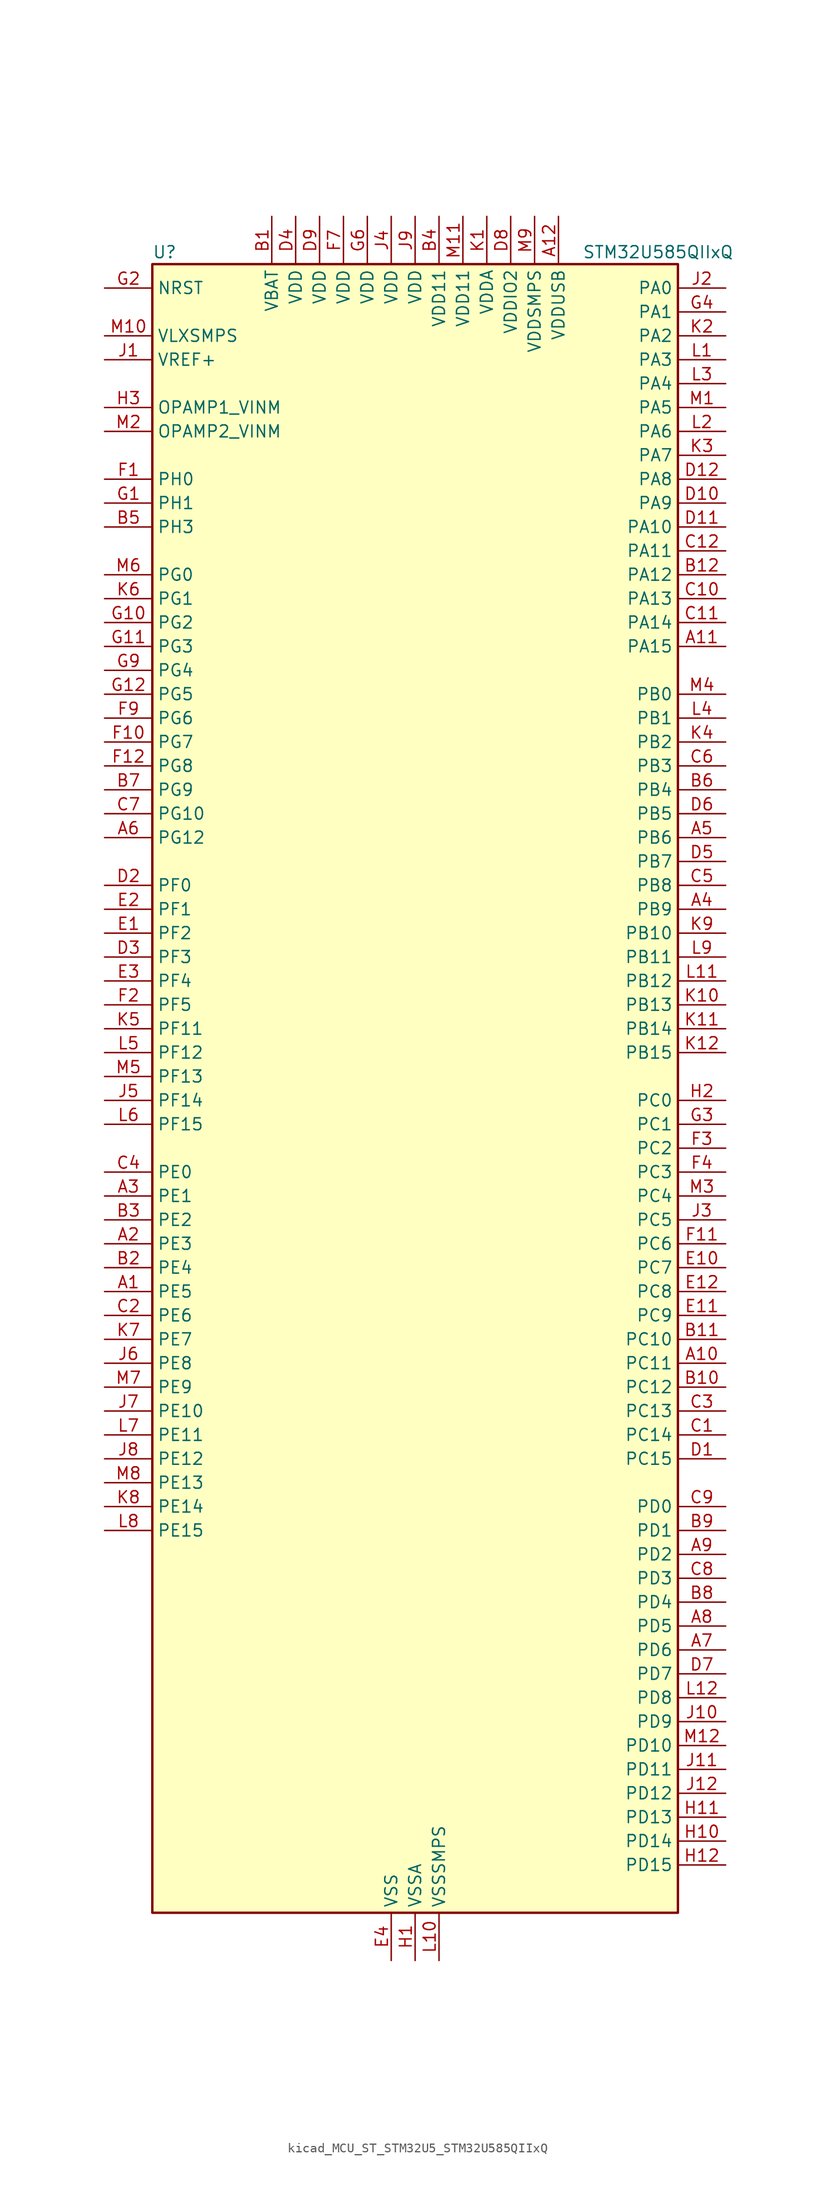
<source format=kicad_sym>
(kicad_symbol_lib
  (version 20220914)
  (generator kicad_symbol_editor)
  (symbol "kicad_MCU_ST_STM32U5_STM32U585QIIxQ"
    (property "Reference" "U"
      (at -27.94 90.17 0)
      (effects (font (size 1.27 1.27)) (justify left)))
    (property "Value" "STM32U585QIIxQ"
      (at 17.78 90.17 0)
      (effects (font (size 1.27 1.27)) (justify left)))
    (property "ki_locked" ""
      (at 0 0 0)
      (effects (font (size 1.27 1.27))))
    (symbol "kicad_MCU_ST_STM32U5_STM32U585QIIxQ_0_1"
      (rectangle (start -27.94 -86.36) (end 27.94 88.9) (stroke (width 0.254) (type default)) (fill (type background))))
    (symbol "kicad_MCU_ST_STM32U5_STM32U585QIIxQ_1_1"
      (pin bidirectional line (at -33.02 -20.32 0) (length 5.08) (name "PE5" (effects (font (size 1.27 1.27)))) (number "A1" (effects (font (size 1.27 1.27)))) (alternate "DCMI_D6" bidirectional line) (alternate "DEBUG_TRACED2" bidirectional line) (alternate "FMC_A21" bidirectional line) (alternate "MDF1_CKI3" bidirectional line) (alternate "PSSI_D6" bidirectional line) (alternate "PWR_WKUP2" bidirectional line) (alternate "SAI1_CK2" bidirectional line) (alternate "SAI1_SCK_A" bidirectional line) (alternate "TAMP_IN8" bidirectional line) (alternate "TAMP_OUT7" bidirectional line) (alternate "TIM3_CH3" bidirectional line) (alternate "TSC_G7_IO4" bidirectional line))
      (pin bidirectional line (at 33.02 -27.94 180) (length 5.08) (name "PC11" (effects (font (size 1.27 1.27)))) (number "A10" (effects (font (size 1.27 1.27)))) (alternate "ADC1_EXTI11" bidirectional line) (alternate "ADF1_SDI0" bidirectional line) (alternate "DCMI_D2" bidirectional line) (alternate "DCMI_D4" bidirectional line) (alternate "LPTIM3_IN1" bidirectional line) (alternate "OCTOSPIM_P1_NCS" bidirectional line) (alternate "PSSI_D2" bidirectional line) (alternate "PSSI_D4" bidirectional line) (alternate "SAI2_MCLK_B" bidirectional line) (alternate "SDMMC1_D3" bidirectional line) (alternate "SPI3_MISO" bidirectional line) (alternate "TSC_G3_IO3" bidirectional line) (alternate "UART4_RX" bidirectional line) (alternate "UCPD1_FRSTX2" bidirectional line) (alternate "USART3_RX" bidirectional line))
      (pin bidirectional line (at 33.02 48.26 180) (length 5.08) (name "PA15" (effects (font (size 1.27 1.27)))) (number "A11" (effects (font (size 1.27 1.27)))) (alternate "ADC1_EXTI15" bidirectional line) (alternate "ADC4_EXTI15" bidirectional line) (alternate "DEBUG_JTDI" bidirectional line) (alternate "SAI2_FS_B" bidirectional line) (alternate "SPI1_NSS" bidirectional line) (alternate "SPI3_NSS" bidirectional line) (alternate "TIM2_CH1" bidirectional line) (alternate "TIM2_ETR" bidirectional line) (alternate "UART4_DE" bidirectional line) (alternate "UART4_RTS" bidirectional line) (alternate "UCPD1_CC1" bidirectional line) (alternate "USART2_RX" bidirectional line) (alternate "USART3_DE" bidirectional line) (alternate "USART3_RTS" bidirectional line))
      (pin power_in line (at 15.24 93.98 270) (length 5.08) (name "VDDUSB" (effects (font (size 1.27 1.27)))) (number "A12" (effects (font (size 1.27 1.27)))))
      (pin bidirectional line (at -33.02 -15.24 0) (length 5.08) (name "PE3" (effects (font (size 1.27 1.27)))) (number "A2" (effects (font (size 1.27 1.27)))) (alternate "DEBUG_TRACED0" bidirectional line) (alternate "FMC_A19" bidirectional line) (alternate "OCTOSPIM_P1_DQS" bidirectional line) (alternate "SAI1_SD_B" bidirectional line) (alternate "TAMP_IN6" bidirectional line) (alternate "TAMP_OUT3" bidirectional line) (alternate "TIM3_CH1" bidirectional line) (alternate "TSC_G7_IO2" bidirectional line))
      (pin bidirectional line (at -33.02 -10.16 0) (length 5.08) (name "PE1" (effects (font (size 1.27 1.27)))) (number "A3" (effects (font (size 1.27 1.27)))) (alternate "DCMI_D3" bidirectional line) (alternate "FMC_NBL1" bidirectional line) (alternate "PSSI_D3" bidirectional line) (alternate "TIM17_CH1" bidirectional line))
      (pin bidirectional line (at 33.02 20.32 180) (length 5.08) (name "PB9" (effects (font (size 1.27 1.27)))) (number "A4" (effects (font (size 1.27 1.27)))) (alternate "DAC1_EXTI9" bidirectional line) (alternate "DCMI_D7" bidirectional line) (alternate "FDCAN1_TX" bidirectional line) (alternate "I2C1_SDA" bidirectional line) (alternate "IR_OUT" bidirectional line) (alternate "PSSI_D7" bidirectional line) (alternate "SAI1_D2" bidirectional line) (alternate "SAI1_FS_A" bidirectional line) (alternate "SDMMC1_CDIR" bidirectional line) (alternate "SDMMC1_D5" bidirectional line) (alternate "SDMMC2_D5" bidirectional line) (alternate "SPI2_NSS" bidirectional line) (alternate "TIM17_CH1" bidirectional line) (alternate "TIM4_CH4" bidirectional line))
      (pin bidirectional line (at 33.02 27.94 180) (length 5.08) (name "PB6" (effects (font (size 1.27 1.27)))) (number "A5" (effects (font (size 1.27 1.27)))) (alternate "COMP2_INP" bidirectional line) (alternate "DCMI_D5" bidirectional line) (alternate "I2C1_SCL" bidirectional line) (alternate "I2C4_SCL" bidirectional line) (alternate "LPTIM1_ETR" bidirectional line) (alternate "MDF1_SDI5" bidirectional line) (alternate "PSSI_D5" bidirectional line) (alternate "PWR_WKUP3" bidirectional line) (alternate "SAI1_FS_B" bidirectional line) (alternate "TIM16_CH1N" bidirectional line) (alternate "TIM4_CH1" bidirectional line) (alternate "TIM8_BKIN2" bidirectional line) (alternate "TSC_G2_IO3" bidirectional line) (alternate "USART1_TX" bidirectional line))
      (pin bidirectional line (at -33.02 27.94 0) (length 5.08) (name "PG12" (effects (font (size 1.27 1.27)))) (number "A6" (effects (font (size 1.27 1.27)))) (alternate "FMC_NE4" bidirectional line) (alternate "LPTIM1_ETR" bidirectional line) (alternate "OCTOSPIM_P2_NCS" bidirectional line) (alternate "SAI2_SD_A" bidirectional line) (alternate "SPI3_NSS" bidirectional line) (alternate "USART1_DE" bidirectional line) (alternate "USART1_RTS" bidirectional line))
      (pin bidirectional line (at 33.02 -58.42 180) (length 5.08) (name "PD6" (effects (font (size 1.27 1.27)))) (number "A7" (effects (font (size 1.27 1.27)))) (alternate "DCMI_D10" bidirectional line) (alternate "FMC_NWAIT" bidirectional line) (alternate "MDF1_SDI1" bidirectional line) (alternate "OCTOSPIM_P1_IO6" bidirectional line) (alternate "PSSI_D10" bidirectional line) (alternate "SAI1_D1" bidirectional line) (alternate "SAI1_SD_A" bidirectional line) (alternate "SDMMC2_CK" bidirectional line) (alternate "SPI3_MOSI" bidirectional line) (alternate "USART2_RX" bidirectional line))
      (pin bidirectional line (at 33.02 -55.88 180) (length 5.08) (name "PD5" (effects (font (size 1.27 1.27)))) (number "A8" (effects (font (size 1.27 1.27)))) (alternate "FMC_NWE" bidirectional line) (alternate "OCTOSPIM_P1_IO5" bidirectional line) (alternate "SPI2_RDY" bidirectional line) (alternate "USART2_TX" bidirectional line))
      (pin bidirectional line (at 33.02 -48.26 180) (length 5.08) (name "PD2" (effects (font (size 1.27 1.27)))) (number "A9" (effects (font (size 1.27 1.27)))) (alternate "DCMI_D11" bidirectional line) (alternate "DEBUG_TRACED2" bidirectional line) (alternate "LPTIM4_ETR" bidirectional line) (alternate "PSSI_D11" bidirectional line) (alternate "SDMMC1_CMD" bidirectional line) (alternate "TIM3_ETR" bidirectional line) (alternate "TSC_SYNC" bidirectional line) (alternate "UART5_RX" bidirectional line) (alternate "USART3_DE" bidirectional line) (alternate "USART3_RTS" bidirectional line))
      (pin power_in line (at -15.24 93.98 270) (length 5.08) (name "VBAT" (effects (font (size 1.27 1.27)))) (number "B1" (effects (font (size 1.27 1.27)))))
      (pin bidirectional line (at 33.02 -30.48 180) (length 5.08) (name "PC12" (effects (font (size 1.27 1.27)))) (number "B10" (effects (font (size 1.27 1.27)))) (alternate "DCMI_D9" bidirectional line) (alternate "DEBUG_TRACED3" bidirectional line) (alternate "PSSI_D9" bidirectional line) (alternate "SAI2_SD_B" bidirectional line) (alternate "SDMMC1_CK" bidirectional line) (alternate "SPI3_MOSI" bidirectional line) (alternate "TSC_G3_IO4" bidirectional line) (alternate "UART5_TX" bidirectional line) (alternate "USART3_CK" bidirectional line))
      (pin bidirectional line (at 33.02 -25.4 180) (length 5.08) (name "PC10" (effects (font (size 1.27 1.27)))) (number "B11" (effects (font (size 1.27 1.27)))) (alternate "ADF1_CCK1" bidirectional line) (alternate "DCMI_D8" bidirectional line) (alternate "DEBUG_TRACED1" bidirectional line) (alternate "LPTIM3_ETR" bidirectional line) (alternate "PSSI_D8" bidirectional line) (alternate "SAI2_SCK_B" bidirectional line) (alternate "SDMMC1_D2" bidirectional line) (alternate "SPI3_SCK" bidirectional line) (alternate "TSC_G3_IO2" bidirectional line) (alternate "UART4_TX" bidirectional line) (alternate "USART3_TX" bidirectional line))
      (pin bidirectional line (at 33.02 55.88 180) (length 5.08) (name "PA12" (effects (font (size 1.27 1.27)))) (number "B12" (effects (font (size 1.27 1.27)))) (alternate "FDCAN1_TX" bidirectional line) (alternate "OCTOSPIM_P2_NCS" bidirectional line) (alternate "SPI1_MOSI" bidirectional line) (alternate "TIM1_ETR" bidirectional line) (alternate "USART1_DE" bidirectional line) (alternate "USART1_RTS" bidirectional line) (alternate "USB_OTG_FS_DP" bidirectional line))
      (pin bidirectional line (at -33.02 -17.78 0) (length 5.08) (name "PE4" (effects (font (size 1.27 1.27)))) (number "B2" (effects (font (size 1.27 1.27)))) (alternate "DCMI_D4" bidirectional line) (alternate "DEBUG_TRACED1" bidirectional line) (alternate "FMC_A20" bidirectional line) (alternate "MDF1_SDI3" bidirectional line) (alternate "PSSI_D4" bidirectional line) (alternate "PWR_WKUP1" bidirectional line) (alternate "SAI1_D2" bidirectional line) (alternate "SAI1_FS_A" bidirectional line) (alternate "TAMP_IN7" bidirectional line) (alternate "TAMP_OUT8" bidirectional line) (alternate "TIM3_CH2" bidirectional line) (alternate "TSC_G7_IO3" bidirectional line))
      (pin bidirectional line (at -33.02 -12.7 0) (length 5.08) (name "PE2" (effects (font (size 1.27 1.27)))) (number "B3" (effects (font (size 1.27 1.27)))) (alternate "DEBUG_TRACECLK" bidirectional line) (alternate "FMC_A23" bidirectional line) (alternate "SAI1_CK1" bidirectional line) (alternate "SAI1_MCLK_A" bidirectional line) (alternate "TIM3_ETR" bidirectional line) (alternate "TSC_G7_IO1" bidirectional line))
      (pin power_in line (at 2.54 93.98 270) (length 5.08) (name "VDD11" (effects (font (size 1.27 1.27)))) (number "B4" (effects (font (size 1.27 1.27)))))
      (pin bidirectional line (at -33.02 60.96 0) (length 5.08) (name "PH3" (effects (font (size 1.27 1.27)))) (number "B5" (effects (font (size 1.27 1.27)))))
      (pin bidirectional line (at 33.02 33.02 180) (length 5.08) (name "PB4" (effects (font (size 1.27 1.27)))) (number "B6" (effects (font (size 1.27 1.27)))) (alternate "ADF1_SDI0" bidirectional line) (alternate "COMP2_INP" bidirectional line) (alternate "DCMI_D12" bidirectional line) (alternate "DEBUG_JTRST" bidirectional line) (alternate "I2C3_SDA" bidirectional line) (alternate "LPTIM1_CH2" bidirectional line) (alternate "PSSI_D12" bidirectional line) (alternate "SAI1_MCLK_B" bidirectional line) (alternate "SDMMC2_D3" bidirectional line) (alternate "SPI1_MISO" bidirectional line) (alternate "SPI3_MISO" bidirectional line) (alternate "TIM17_BKIN" bidirectional line) (alternate "TIM3_CH1" bidirectional line) (alternate "TSC_G2_IO1" bidirectional line) (alternate "UART5_DE" bidirectional line) (alternate "UART5_RTS" bidirectional line) (alternate "USART1_CTS" bidirectional line))
      (pin bidirectional line (at -33.02 33.02 0) (length 5.08) (name "PG9" (effects (font (size 1.27 1.27)))) (number "B7" (effects (font (size 1.27 1.27)))) (alternate "DAC1_EXTI9" bidirectional line) (alternate "FMC_NCE" bidirectional line) (alternate "FMC_NE2" bidirectional line) (alternate "OCTOSPIM_P2_IO6" bidirectional line) (alternate "SAI2_SCK_A" bidirectional line) (alternate "SPI3_SCK" bidirectional line) (alternate "TIM15_CH1N" bidirectional line) (alternate "USART1_TX" bidirectional line))
      (pin bidirectional line (at 33.02 -53.34 180) (length 5.08) (name "PD4" (effects (font (size 1.27 1.27)))) (number "B8" (effects (font (size 1.27 1.27)))) (alternate "FMC_NOE" bidirectional line) (alternate "MDF1_CKI0" bidirectional line) (alternate "OCTOSPIM_P1_IO4" bidirectional line) (alternate "SPI2_MOSI" bidirectional line) (alternate "USART2_DE" bidirectional line) (alternate "USART2_RTS" bidirectional line))
      (pin bidirectional line (at 33.02 -45.72 180) (length 5.08) (name "PD1" (effects (font (size 1.27 1.27)))) (number "B9" (effects (font (size 1.27 1.27)))) (alternate "FDCAN1_TX" bidirectional line) (alternate "FMC_D3" bidirectional line) (alternate "FMC_DA3" bidirectional line) (alternate "SPI2_SCK" bidirectional line))
      (pin bidirectional line (at 33.02 -35.56 180) (length 5.08) (name "PC14" (effects (font (size 1.27 1.27)))) (number "C1" (effects (font (size 1.27 1.27)))) (alternate "RCC_OSC32_IN" bidirectional line))
      (pin bidirectional line (at 33.02 53.34 180) (length 5.08) (name "PA13" (effects (font (size 1.27 1.27)))) (number "C10" (effects (font (size 1.27 1.27)))) (alternate "DEBUG_JTMS-SWDIO" bidirectional line) (alternate "IR_OUT" bidirectional line) (alternate "SAI1_SD_B" bidirectional line) (alternate "USB_OTG_FS_NOE" bidirectional line))
      (pin bidirectional line (at 33.02 50.8 180) (length 5.08) (name "PA14" (effects (font (size 1.27 1.27)))) (number "C11" (effects (font (size 1.27 1.27)))) (alternate "DEBUG_JTCK-SWCLK" bidirectional line) (alternate "I2C1_SMBA" bidirectional line) (alternate "I2C4_SMBA" bidirectional line) (alternate "LPTIM1_CH1" bidirectional line) (alternate "SAI1_FS_B" bidirectional line) (alternate "USB_OTG_FS_SOF" bidirectional line))
      (pin bidirectional line (at 33.02 58.42 180) (length 5.08) (name "PA11" (effects (font (size 1.27 1.27)))) (number "C12" (effects (font (size 1.27 1.27)))) (alternate "ADC1_EXTI11" bidirectional line) (alternate "FDCAN1_RX" bidirectional line) (alternate "SPI1_MISO" bidirectional line) (alternate "TIM1_BKIN2" bidirectional line) (alternate "TIM1_CH4" bidirectional line) (alternate "USART1_CTS" bidirectional line) (alternate "USB_OTG_FS_DM" bidirectional line))
      (pin bidirectional line (at -33.02 -22.86 0) (length 5.08) (name "PE6" (effects (font (size 1.27 1.27)))) (number "C2" (effects (font (size 1.27 1.27)))) (alternate "DCMI_D7" bidirectional line) (alternate "DEBUG_TRACED3" bidirectional line) (alternate "FMC_A22" bidirectional line) (alternate "PSSI_D7" bidirectional line) (alternate "PWR_WKUP3" bidirectional line) (alternate "SAI1_D1" bidirectional line) (alternate "SAI1_SD_A" bidirectional line) (alternate "TAMP_IN3" bidirectional line) (alternate "TAMP_OUT6" bidirectional line) (alternate "TIM3_CH4" bidirectional line))
      (pin bidirectional line (at 33.02 -33.02 180) (length 5.08) (name "PC13" (effects (font (size 1.27 1.27)))) (number "C3" (effects (font (size 1.27 1.27)))) (alternate "PWR_WKUP2" bidirectional line) (alternate "RTC_OUT1" bidirectional line) (alternate "RTC_TS" bidirectional line) (alternate "TAMP_IN1" bidirectional line) (alternate "TAMP_OUT2" bidirectional line))
      (pin bidirectional line (at -33.02 -7.62 0) (length 5.08) (name "PE0" (effects (font (size 1.27 1.27)))) (number "C4" (effects (font (size 1.27 1.27)))) (alternate "DCMI_D2" bidirectional line) (alternate "FMC_NBL0" bidirectional line) (alternate "PSSI_D2" bidirectional line) (alternate "TIM16_CH1" bidirectional line) (alternate "TIM4_ETR" bidirectional line))
      (pin bidirectional line (at 33.02 22.86 180) (length 5.08) (name "PB8" (effects (font (size 1.27 1.27)))) (number "C5" (effects (font (size 1.27 1.27)))) (alternate "DCMI_D6" bidirectional line) (alternate "FDCAN1_RX" bidirectional line) (alternate "I2C1_SCL" bidirectional line) (alternate "MDF1_CCK0" bidirectional line) (alternate "PSSI_D6" bidirectional line) (alternate "PWR_WKUP5" bidirectional line) (alternate "SAI1_CK1" bidirectional line) (alternate "SAI1_MCLK_A" bidirectional line) (alternate "SDMMC1_CKIN" bidirectional line) (alternate "SDMMC1_D4" bidirectional line) (alternate "SDMMC2_D4" bidirectional line) (alternate "SPI3_RDY" bidirectional line) (alternate "TIM16_CH1" bidirectional line) (alternate "TIM4_CH3" bidirectional line))
      (pin bidirectional line (at 33.02 35.56 180) (length 5.08) (name "PB3" (effects (font (size 1.27 1.27)))) (number "C6" (effects (font (size 1.27 1.27)))) (alternate "ADF1_CCK0" bidirectional line) (alternate "COMP2_INM" bidirectional line) (alternate "CRS_SYNC" bidirectional line) (alternate "DEBUG_JTDO-SWO" bidirectional line) (alternate "I2C1_SDA" bidirectional line) (alternate "LPTIM1_CH1" bidirectional line) (alternate "SAI1_SCK_B" bidirectional line) (alternate "SDMMC2_D2" bidirectional line) (alternate "SPI1_SCK" bidirectional line) (alternate "SPI3_SCK" bidirectional line) (alternate "TIM2_CH2" bidirectional line) (alternate "USART1_DE" bidirectional line) (alternate "USART1_RTS" bidirectional line))
      (pin bidirectional line (at -33.02 30.48 0) (length 5.08) (name "PG10" (effects (font (size 1.27 1.27)))) (number "C7" (effects (font (size 1.27 1.27)))) (alternate "FMC_NE3" bidirectional line) (alternate "LPTIM1_IN1" bidirectional line) (alternate "OCTOSPIM_P2_IO7" bidirectional line) (alternate "SAI2_FS_A" bidirectional line) (alternate "SPI3_MISO" bidirectional line) (alternate "TIM15_CH1" bidirectional line) (alternate "USART1_RX" bidirectional line))
      (pin bidirectional line (at 33.02 -50.8 180) (length 5.08) (name "PD3" (effects (font (size 1.27 1.27)))) (number "C8" (effects (font (size 1.27 1.27)))) (alternate "DCMI_D5" bidirectional line) (alternate "FMC_CLK" bidirectional line) (alternate "MDF1_SDI0" bidirectional line) (alternate "OCTOSPIM_P2_NCS" bidirectional line) (alternate "PSSI_D5" bidirectional line) (alternate "SPI2_MISO" bidirectional line) (alternate "SPI2_SCK" bidirectional line) (alternate "USART2_CTS" bidirectional line))
      (pin bidirectional line (at 33.02 -43.18 180) (length 5.08) (name "PD0" (effects (font (size 1.27 1.27)))) (number "C9" (effects (font (size 1.27 1.27)))) (alternate "FDCAN1_RX" bidirectional line) (alternate "FMC_D2" bidirectional line) (alternate "FMC_DA2" bidirectional line) (alternate "SPI2_NSS" bidirectional line) (alternate "TIM8_CH4N" bidirectional line))
      (pin bidirectional line (at 33.02 -38.1 180) (length 5.08) (name "PC15" (effects (font (size 1.27 1.27)))) (number "D1" (effects (font (size 1.27 1.27)))) (alternate "ADC1_EXTI15" bidirectional line) (alternate "ADC4_EXTI15" bidirectional line) (alternate "RCC_OSC32_OUT" bidirectional line))
      (pin bidirectional line (at 33.02 63.5 180) (length 5.08) (name "PA9" (effects (font (size 1.27 1.27)))) (number "D10" (effects (font (size 1.27 1.27)))) (alternate "DAC1_EXTI9" bidirectional line) (alternate "DCMI_D0" bidirectional line) (alternate "PSSI_D0" bidirectional line) (alternate "SAI1_FS_A" bidirectional line) (alternate "SPI2_SCK" bidirectional line) (alternate "TIM15_BKIN" bidirectional line) (alternate "TIM1_CH2" bidirectional line) (alternate "USART1_TX" bidirectional line) (alternate "USB_OTG_FS_VBUS" bidirectional line))
      (pin bidirectional line (at 33.02 60.96 180) (length 5.08) (name "PA10" (effects (font (size 1.27 1.27)))) (number "D11" (effects (font (size 1.27 1.27)))) (alternate "CRS_SYNC" bidirectional line) (alternate "DCMI_D1" bidirectional line) (alternate "LPTIM2_IN2" bidirectional line) (alternate "PSSI_D1" bidirectional line) (alternate "SAI1_D1" bidirectional line) (alternate "SAI1_SD_A" bidirectional line) (alternate "TIM17_BKIN" bidirectional line) (alternate "TIM1_CH3" bidirectional line) (alternate "USART1_RX" bidirectional line) (alternate "USB_OTG_FS_ID" bidirectional line))
      (pin bidirectional line (at 33.02 66.04 180) (length 5.08) (name "PA8" (effects (font (size 1.27 1.27)))) (number "D12" (effects (font (size 1.27 1.27)))) (alternate "DEBUG_TRACECLK" bidirectional line) (alternate "LPTIM2_CH1" bidirectional line) (alternate "RCC_MCO" bidirectional line) (alternate "SAI1_CK2" bidirectional line) (alternate "SAI1_SCK_A" bidirectional line) (alternate "SPI1_RDY" bidirectional line) (alternate "TIM1_CH1" bidirectional line) (alternate "USART1_CK" bidirectional line) (alternate "USB_OTG_FS_SOF" bidirectional line))
      (pin bidirectional line (at -33.02 22.86 0) (length 5.08) (name "PF0" (effects (font (size 1.27 1.27)))) (number "D2" (effects (font (size 1.27 1.27)))) (alternate "FMC_A0" bidirectional line) (alternate "I2C2_SDA" bidirectional line) (alternate "OCTOSPIM_P2_IO0" bidirectional line))
      (pin bidirectional line (at -33.02 15.24 0) (length 5.08) (name "PF3" (effects (font (size 1.27 1.27)))) (number "D3" (effects (font (size 1.27 1.27)))) (alternate "FMC_A3" bidirectional line) (alternate "LPTIM3_IN1" bidirectional line) (alternate "OCTOSPIM_P2_IO3" bidirectional line))
      (pin power_in line (at -12.7 93.98 270) (length 5.08) (name "VDD" (effects (font (size 1.27 1.27)))) (number "D4" (effects (font (size 1.27 1.27)))))
      (pin bidirectional line (at 33.02 25.4 180) (length 5.08) (name "PB7" (effects (font (size 1.27 1.27)))) (number "D5" (effects (font (size 1.27 1.27)))) (alternate "COMP2_INM" bidirectional line) (alternate "DCMI_VSYNC" bidirectional line) (alternate "FMC_NL" bidirectional line) (alternate "I2C1_SDA" bidirectional line) (alternate "I2C4_SDA" bidirectional line) (alternate "LPTIM1_IN2" bidirectional line) (alternate "MDF1_CKI5" bidirectional line) (alternate "PSSI_RDY" bidirectional line) (alternate "PWR_PVD_IN" bidirectional line) (alternate "PWR_WKUP4" bidirectional line) (alternate "TIM17_CH1N" bidirectional line) (alternate "TIM4_CH2" bidirectional line) (alternate "TIM8_BKIN" bidirectional line) (alternate "TSC_G2_IO4" bidirectional line) (alternate "UART4_CTS" bidirectional line) (alternate "USART1_RX" bidirectional line))
      (pin bidirectional line (at 33.02 30.48 180) (length 5.08) (name "PB5" (effects (font (size 1.27 1.27)))) (number "D6" (effects (font (size 1.27 1.27)))) (alternate "COMP2_OUT" bidirectional line) (alternate "DCMI_D10" bidirectional line) (alternate "I2C1_SMBA" bidirectional line) (alternate "LPTIM1_IN1" bidirectional line) (alternate "OCTOSPIM_P1_NCLK" bidirectional line) (alternate "PSSI_D10" bidirectional line) (alternate "PWR_WKUP6" bidirectional line) (alternate "SAI1_SD_B" bidirectional line) (alternate "SPI1_MOSI" bidirectional line) (alternate "SPI3_MOSI" bidirectional line) (alternate "TIM16_BKIN" bidirectional line) (alternate "TIM3_CH2" bidirectional line) (alternate "TSC_G2_IO2" bidirectional line) (alternate "UART5_CTS" bidirectional line) (alternate "UCPD1_DBCC1" bidirectional line) (alternate "USART1_CK" bidirectional line))
      (pin bidirectional line (at 33.02 -60.96 180) (length 5.08) (name "PD7" (effects (font (size 1.27 1.27)))) (number "D7" (effects (font (size 1.27 1.27)))) (alternate "FMC_NCE" bidirectional line) (alternate "FMC_NE1" bidirectional line) (alternate "LPTIM4_OUT" bidirectional line) (alternate "MDF1_CKI1" bidirectional line) (alternate "OCTOSPIM_P1_IO7" bidirectional line) (alternate "SDMMC2_CMD" bidirectional line) (alternate "USART2_CK" bidirectional line))
      (pin power_in line (at 10.16 93.98 270) (length 5.08) (name "VDDIO2" (effects (font (size 1.27 1.27)))) (number "D8" (effects (font (size 1.27 1.27)))))
      (pin power_in line (at -10.16 93.98 270) (length 5.08) (name "VDD" (effects (font (size 1.27 1.27)))) (number "D9" (effects (font (size 1.27 1.27)))))
      (pin bidirectional line (at -33.02 17.78 0) (length 5.08) (name "PF2" (effects (font (size 1.27 1.27)))) (number "E1" (effects (font (size 1.27 1.27)))) (alternate "FMC_A2" bidirectional line) (alternate "I2C2_SMBA" bidirectional line) (alternate "LPTIM3_CH2" bidirectional line) (alternate "OCTOSPIM_P2_IO2" bidirectional line) (alternate "PWR_WKUP8" bidirectional line))
      (pin bidirectional line (at 33.02 -17.78 180) (length 5.08) (name "PC7" (effects (font (size 1.27 1.27)))) (number "E10" (effects (font (size 1.27 1.27)))) (alternate "DCMI_D1" bidirectional line) (alternate "LPTIM2_CH2" bidirectional line) (alternate "MDF1_SDI3" bidirectional line) (alternate "PSSI_D1" bidirectional line) (alternate "PWR_CDSTOP" bidirectional line) (alternate "SAI2_MCLK_B" bidirectional line) (alternate "SDMMC1_D123DIR" bidirectional line) (alternate "SDMMC1_D7" bidirectional line) (alternate "SDMMC2_D7" bidirectional line) (alternate "TIM3_CH2" bidirectional line) (alternate "TIM8_CH2" bidirectional line) (alternate "TSC_G4_IO2" bidirectional line))
      (pin bidirectional line (at 33.02 -22.86 180) (length 5.08) (name "PC9" (effects (font (size 1.27 1.27)))) (number "E11" (effects (font (size 1.27 1.27)))) (alternate "DAC1_EXTI9" bidirectional line) (alternate "DCMI_D3" bidirectional line) (alternate "DEBUG_TRACED0" bidirectional line) (alternate "LPTIM3_CH2" bidirectional line) (alternate "PSSI_D3" bidirectional line) (alternate "SDMMC1_D1" bidirectional line) (alternate "TIM3_CH4" bidirectional line) (alternate "TIM8_BKIN2" bidirectional line) (alternate "TIM8_CH4" bidirectional line) (alternate "TSC_G4_IO4" bidirectional line) (alternate "USB_OTG_FS_NOE" bidirectional line))
      (pin bidirectional line (at 33.02 -20.32 180) (length 5.08) (name "PC8" (effects (font (size 1.27 1.27)))) (number "E12" (effects (font (size 1.27 1.27)))) (alternate "DCMI_D2" bidirectional line) (alternate "LPTIM3_CH1" bidirectional line) (alternate "PSSI_D2" bidirectional line) (alternate "PWR_SRDSTOP" bidirectional line) (alternate "SDMMC1_D0" bidirectional line) (alternate "TIM3_CH3" bidirectional line) (alternate "TIM8_CH3" bidirectional line) (alternate "TSC_G4_IO3" bidirectional line))
      (pin bidirectional line (at -33.02 20.32 0) (length 5.08) (name "PF1" (effects (font (size 1.27 1.27)))) (number "E2" (effects (font (size 1.27 1.27)))) (alternate "FMC_A1" bidirectional line) (alternate "I2C2_SCL" bidirectional line) (alternate "OCTOSPIM_P2_IO1" bidirectional line))
      (pin bidirectional line (at -33.02 12.7 0) (length 5.08) (name "PF4" (effects (font (size 1.27 1.27)))) (number "E3" (effects (font (size 1.27 1.27)))) (alternate "FMC_A4" bidirectional line) (alternate "LPTIM3_ETR" bidirectional line) (alternate "OCTOSPIM_P2_CLK" bidirectional line))
      (pin power_in line (at -2.54 -91.44 90) (length 5.08) (name "VSS" (effects (font (size 1.27 1.27)))) (number "E4" (effects (font (size 1.27 1.27)))))
      (pin passive line (at -2.54 -91.44 90) (length 5.08) hide (name "VSS" (effects (font (size 1.27 1.27)))) (number "E9" (effects (font (size 1.27 1.27)))))
      (pin bidirectional line (at -33.02 66.04 0) (length 5.08) (name "PH0" (effects (font (size 1.27 1.27)))) (number "F1" (effects (font (size 1.27 1.27)))) (alternate "RCC_OSC_IN" bidirectional line))
      (pin bidirectional line (at -33.02 38.1 0) (length 5.08) (name "PG7" (effects (font (size 1.27 1.27)))) (number "F10" (effects (font (size 1.27 1.27)))) (alternate "FMC_INT" bidirectional line) (alternate "I2C3_SCL" bidirectional line) (alternate "LPUART1_TX" bidirectional line) (alternate "MDF1_CCK0" bidirectional line) (alternate "OCTOSPIM_P2_DQS" bidirectional line) (alternate "SAI1_CK1" bidirectional line) (alternate "SAI1_MCLK_A" bidirectional line) (alternate "UCPD1_FRSTX2" bidirectional line))
      (pin bidirectional line (at 33.02 -15.24 180) (length 5.08) (name "PC6" (effects (font (size 1.27 1.27)))) (number "F11" (effects (font (size 1.27 1.27)))) (alternate "DCMI_D0" bidirectional line) (alternate "MDF1_CKI3" bidirectional line) (alternate "PSSI_D0" bidirectional line) (alternate "PWR_CSLEEP" bidirectional line) (alternate "SAI2_MCLK_A" bidirectional line) (alternate "SDMMC1_D0DIR" bidirectional line) (alternate "SDMMC1_D6" bidirectional line) (alternate "SDMMC2_D6" bidirectional line) (alternate "TIM3_CH1" bidirectional line) (alternate "TIM8_CH1" bidirectional line) (alternate "TSC_G4_IO1" bidirectional line))
      (pin bidirectional line (at -33.02 35.56 0) (length 5.08) (name "PG8" (effects (font (size 1.27 1.27)))) (number "F12" (effects (font (size 1.27 1.27)))) (alternate "I2C3_SDA" bidirectional line) (alternate "LPUART1_RX" bidirectional line))
      (pin bidirectional line (at -33.02 10.16 0) (length 5.08) (name "PF5" (effects (font (size 1.27 1.27)))) (number "F2" (effects (font (size 1.27 1.27)))) (alternate "FMC_A5" bidirectional line) (alternate "LPTIM3_CH1" bidirectional line) (alternate "OCTOSPIM_P2_NCLK" bidirectional line))
      (pin bidirectional line (at 33.02 -5.08 180) (length 5.08) (name "PC2" (effects (font (size 1.27 1.27)))) (number "F3" (effects (font (size 1.27 1.27)))) (alternate "ADC1_IN3" bidirectional line) (alternate "ADC4_IN3" bidirectional line) (alternate "LPTIM1_IN2" bidirectional line) (alternate "MDF1_CCK1" bidirectional line) (alternate "OCTOSPIM_P1_IO5" bidirectional line) (alternate "SPI2_MISO" bidirectional line))
      (pin bidirectional line (at 33.02 -7.62 180) (length 5.08) (name "PC3" (effects (font (size 1.27 1.27)))) (number "F4" (effects (font (size 1.27 1.27)))) (alternate "ADC1_IN4" bidirectional line) (alternate "ADC4_IN4" bidirectional line) (alternate "LPTIM1_ETR" bidirectional line) (alternate "LPTIM2_ETR" bidirectional line) (alternate "LPTIM3_CH1" bidirectional line) (alternate "OCTOSPIM_P1_IO6" bidirectional line) (alternate "SAI1_D1" bidirectional line) (alternate "SAI1_SD_A" bidirectional line) (alternate "SPI2_MOSI" bidirectional line))
      (pin passive line (at -2.54 -91.44 90) (length 5.08) hide (name "VSS" (effects (font (size 1.27 1.27)))) (number "F6" (effects (font (size 1.27 1.27)))))
      (pin power_in line (at -7.62 93.98 270) (length 5.08) (name "VDD" (effects (font (size 1.27 1.27)))) (number "F7" (effects (font (size 1.27 1.27)))))
      (pin bidirectional line (at -33.02 40.64 0) (length 5.08) (name "PG6" (effects (font (size 1.27 1.27)))) (number "F9" (effects (font (size 1.27 1.27)))) (alternate "I2C3_SMBA" bidirectional line) (alternate "LPUART1_DE" bidirectional line) (alternate "LPUART1_RTS" bidirectional line) (alternate "OCTOSPIM_P1_DQS" bidirectional line) (alternate "SPI1_RDY" bidirectional line) (alternate "UCPD1_FRSTX1" bidirectional line))
      (pin bidirectional line (at -33.02 63.5 0) (length 5.08) (name "PH1" (effects (font (size 1.27 1.27)))) (number "G1" (effects (font (size 1.27 1.27)))) (alternate "RCC_OSC_OUT" bidirectional line))
      (pin bidirectional line (at -33.02 50.8 0) (length 5.08) (name "PG2" (effects (font (size 1.27 1.27)))) (number "G10" (effects (font (size 1.27 1.27)))) (alternate "FMC_A12" bidirectional line) (alternate "SAI2_SCK_B" bidirectional line) (alternate "SPI1_SCK" bidirectional line))
      (pin bidirectional line (at -33.02 48.26 0) (length 5.08) (name "PG3" (effects (font (size 1.27 1.27)))) (number "G11" (effects (font (size 1.27 1.27)))) (alternate "FMC_A13" bidirectional line) (alternate "SAI2_FS_B" bidirectional line) (alternate "SPI1_MISO" bidirectional line))
      (pin bidirectional line (at -33.02 43.18 0) (length 5.08) (name "PG5" (effects (font (size 1.27 1.27)))) (number "G12" (effects (font (size 1.27 1.27)))) (alternate "FMC_A15" bidirectional line) (alternate "LPUART1_CTS" bidirectional line) (alternate "SAI2_SD_B" bidirectional line) (alternate "SPI1_NSS" bidirectional line))
      (pin input line (at -33.02 86.36 0) (length 5.08) (name "NRST" (effects (font (size 1.27 1.27)))) (number "G2" (effects (font (size 1.27 1.27)))))
      (pin bidirectional line (at 33.02 -2.54 180) (length 5.08) (name "PC1" (effects (font (size 1.27 1.27)))) (number "G3" (effects (font (size 1.27 1.27)))) (alternate "ADC1_IN2" bidirectional line) (alternate "ADC4_IN2" bidirectional line) (alternate "DEBUG_TRACED0" bidirectional line) (alternate "I2C3_SDA" bidirectional line) (alternate "LPTIM1_CH1" bidirectional line) (alternate "LPUART1_TX" bidirectional line) (alternate "MDF1_CKI4" bidirectional line) (alternate "OCTOSPIM_P1_IO4" bidirectional line) (alternate "SAI1_SD_A" bidirectional line) (alternate "SDMMC2_CK" bidirectional line) (alternate "SPI2_MOSI" bidirectional line))
      (pin bidirectional line (at 33.02 83.82 180) (length 5.08) (name "PA1" (effects (font (size 1.27 1.27)))) (number "G4" (effects (font (size 1.27 1.27)))) (alternate "ADC1_IN6" bidirectional line) (alternate "I2C1_SMBA" bidirectional line) (alternate "LPTIM1_CH2" bidirectional line) (alternate "OCTOSPIM_P1_DQS" bidirectional line) (alternate "OPAMP1_VINM" bidirectional line) (alternate "PWR_WKUP3" bidirectional line) (alternate "SPI1_SCK" bidirectional line) (alternate "TAMP_IN5" bidirectional line) (alternate "TAMP_OUT4" bidirectional line) (alternate "TIM15_CH1N" bidirectional line) (alternate "TIM2_CH2" bidirectional line) (alternate "TIM5_CH2" bidirectional line) (alternate "UART4_RX" bidirectional line) (alternate "USART2_DE" bidirectional line) (alternate "USART2_RTS" bidirectional line))
      (pin power_in line (at -5.08 93.98 270) (length 5.08) (name "VDD" (effects (font (size 1.27 1.27)))) (number "G6" (effects (font (size 1.27 1.27)))))
      (pin passive line (at -2.54 -91.44 90) (length 5.08) hide (name "VSS" (effects (font (size 1.27 1.27)))) (number "G7" (effects (font (size 1.27 1.27)))))
      (pin bidirectional line (at -33.02 45.72 0) (length 5.08) (name "PG4" (effects (font (size 1.27 1.27)))) (number "G9" (effects (font (size 1.27 1.27)))) (alternate "FMC_A14" bidirectional line) (alternate "SAI2_MCLK_B" bidirectional line) (alternate "SPI1_MOSI" bidirectional line))
      (pin power_in line (at 0 -91.44 90) (length 5.08) (name "VSSA" (effects (font (size 1.27 1.27)))) (number "H1" (effects (font (size 1.27 1.27)))))
      (pin bidirectional line (at 33.02 -78.74 180) (length 5.08) (name "PD14" (effects (font (size 1.27 1.27)))) (number "H10" (effects (font (size 1.27 1.27)))) (alternate "FMC_D0" bidirectional line) (alternate "FMC_DA0" bidirectional line) (alternate "LPTIM3_CH1" bidirectional line) (alternate "TIM4_CH3" bidirectional line))
      (pin bidirectional line (at 33.02 -76.2 180) (length 5.08) (name "PD13" (effects (font (size 1.27 1.27)))) (number "H11" (effects (font (size 1.27 1.27)))) (alternate "ADC4_IN17" bidirectional line) (alternate "FMC_A18" bidirectional line) (alternate "I2C4_SDA" bidirectional line) (alternate "LPTIM2_CH1" bidirectional line) (alternate "LPTIM4_IN1" bidirectional line) (alternate "TIM4_CH2" bidirectional line) (alternate "TSC_G6_IO4" bidirectional line))
      (pin bidirectional line (at 33.02 -81.28 180) (length 5.08) (name "PD15" (effects (font (size 1.27 1.27)))) (number "H12" (effects (font (size 1.27 1.27)))) (alternate "ADC1_EXTI15" bidirectional line) (alternate "ADC4_EXTI15" bidirectional line) (alternate "FMC_D1" bidirectional line) (alternate "FMC_DA1" bidirectional line) (alternate "LPTIM3_CH2" bidirectional line) (alternate "TIM4_CH4" bidirectional line))
      (pin bidirectional line (at 33.02 0 180) (length 5.08) (name "PC0" (effects (font (size 1.27 1.27)))) (number "H2" (effects (font (size 1.27 1.27)))) (alternate "ADC1_IN1" bidirectional line) (alternate "ADC4_IN1" bidirectional line) (alternate "I2C3_SCL" bidirectional line) (alternate "LPTIM1_IN1" bidirectional line) (alternate "LPTIM2_IN1" bidirectional line) (alternate "LPUART1_RX" bidirectional line) (alternate "MDF1_SDI4" bidirectional line) (alternate "OCTOSPIM_P1_IO7" bidirectional line) (alternate "SAI2_FS_A" bidirectional line) (alternate "SDMMC1_D5" bidirectional line) (alternate "SPI2_RDY" bidirectional line))
      (pin bidirectional line (at -33.02 73.66 0) (length 5.08) (name "OPAMP1_VINM" (effects (font (size 1.27 1.27)))) (number "H3" (effects (font (size 1.27 1.27)))) (alternate "OPAMP1_VINM" bidirectional line))
      (pin passive line (at -2.54 -91.44 90) (length 5.08) hide (name "VSS" (effects (font (size 1.27 1.27)))) (number "H4" (effects (font (size 1.27 1.27)))))
      (pin passive line (at -2.54 -91.44 90) (length 5.08) hide (name "VSS" (effects (font (size 1.27 1.27)))) (number "H9" (effects (font (size 1.27 1.27)))))
      (pin input line (at -33.02 78.74 0) (length 5.08) (name "VREF+" (effects (font (size 1.27 1.27)))) (number "J1" (effects (font (size 1.27 1.27)))) (alternate "VREFBUF_OUT" bidirectional line))
      (pin bidirectional line (at 33.02 -66.04 180) (length 5.08) (name "PD9" (effects (font (size 1.27 1.27)))) (number "J10" (effects (font (size 1.27 1.27)))) (alternate "DAC1_EXTI9" bidirectional line) (alternate "DCMI_PIXCLK" bidirectional line) (alternate "FMC_D14" bidirectional line) (alternate "FMC_DA14" bidirectional line) (alternate "LPTIM2_IN2" bidirectional line) (alternate "LPTIM3_IN1" bidirectional line) (alternate "PSSI_PDCK" bidirectional line) (alternate "SAI2_MCLK_A" bidirectional line) (alternate "USART3_RX" bidirectional line))
      (pin bidirectional line (at 33.02 -71.12 180) (length 5.08) (name "PD11" (effects (font (size 1.27 1.27)))) (number "J11" (effects (font (size 1.27 1.27)))) (alternate "ADC1_EXTI11" bidirectional line) (alternate "ADC4_IN15" bidirectional line) (alternate "FMC_A16" bidirectional line) (alternate "FMC_CLE" bidirectional line) (alternate "I2C4_SMBA" bidirectional line) (alternate "LPTIM2_ETR" bidirectional line) (alternate "SAI2_SD_A" bidirectional line) (alternate "TSC_G6_IO2" bidirectional line) (alternate "USART3_CTS" bidirectional line))
      (pin bidirectional line (at 33.02 -73.66 180) (length 5.08) (name "PD12" (effects (font (size 1.27 1.27)))) (number "J12" (effects (font (size 1.27 1.27)))) (alternate "ADC4_IN16" bidirectional line) (alternate "FMC_A17" bidirectional line) (alternate "FMC_ALE" bidirectional line) (alternate "I2C4_SCL" bidirectional line) (alternate "LPTIM2_IN1" bidirectional line) (alternate "SAI2_FS_A" bidirectional line) (alternate "TIM4_CH1" bidirectional line) (alternate "TSC_G6_IO3" bidirectional line) (alternate "USART3_DE" bidirectional line) (alternate "USART3_RTS" bidirectional line))
      (pin bidirectional line (at 33.02 86.36 180) (length 5.08) (name "PA0" (effects (font (size 1.27 1.27)))) (number "J2" (effects (font (size 1.27 1.27)))) (alternate "ADC1_IN5" bidirectional line) (alternate "AUDIOCLK" bidirectional line) (alternate "OCTOSPIM_P2_NCS" bidirectional line) (alternate "OPAMP1_VINP" bidirectional line) (alternate "PWR_WKUP1" bidirectional line) (alternate "SDMMC2_CMD" bidirectional line) (alternate "SPI3_RDY" bidirectional line) (alternate "TAMP_IN2" bidirectional line) (alternate "TAMP_OUT1" bidirectional line) (alternate "TIM2_CH1" bidirectional line) (alternate "TIM2_ETR" bidirectional line) (alternate "TIM5_CH1" bidirectional line) (alternate "TIM8_ETR" bidirectional line) (alternate "UART4_TX" bidirectional line) (alternate "USART2_CTS" bidirectional line))
      (pin bidirectional line (at 33.02 -12.7 180) (length 5.08) (name "PC5" (effects (font (size 1.27 1.27)))) (number "J3" (effects (font (size 1.27 1.27)))) (alternate "ADC1_IN14" bidirectional line) (alternate "ADC4_IN23" bidirectional line) (alternate "COMP1_INP" bidirectional line) (alternate "PSSI_D15" bidirectional line) (alternate "PWR_WKUP5" bidirectional line) (alternate "SAI1_D3" bidirectional line) (alternate "TAMP_IN4" bidirectional line) (alternate "TAMP_OUT5" bidirectional line) (alternate "TIM1_CH4N" bidirectional line) (alternate "USART3_RX" bidirectional line))
      (pin power_in line (at -2.54 93.98 270) (length 5.08) (name "VDD" (effects (font (size 1.27 1.27)))) (number "J4" (effects (font (size 1.27 1.27)))))
      (pin bidirectional line (at -33.02 0 0) (length 5.08) (name "PF14" (effects (font (size 1.27 1.27)))) (number "J5" (effects (font (size 1.27 1.27)))) (alternate "ADC4_IN5" bidirectional line) (alternate "FMC_A8" bidirectional line) (alternate "I2C4_SCL" bidirectional line) (alternate "TSC_G8_IO1" bidirectional line))
      (pin bidirectional line (at -33.02 -27.94 0) (length 5.08) (name "PE8" (effects (font (size 1.27 1.27)))) (number "J6" (effects (font (size 1.27 1.27)))) (alternate "FMC_D5" bidirectional line) (alternate "FMC_DA5" bidirectional line) (alternate "MDF1_CKI2" bidirectional line) (alternate "PWR_WKUP7" bidirectional line) (alternate "SAI1_SCK_B" bidirectional line) (alternate "TIM1_CH1N" bidirectional line))
      (pin bidirectional line (at -33.02 -33.02 0) (length 5.08) (name "PE10" (effects (font (size 1.27 1.27)))) (number "J7" (effects (font (size 1.27 1.27)))) (alternate "ADF1_SDI0" bidirectional line) (alternate "FMC_D7" bidirectional line) (alternate "FMC_DA7" bidirectional line) (alternate "MDF1_SDI4" bidirectional line) (alternate "OCTOSPIM_P1_CLK" bidirectional line) (alternate "SAI1_MCLK_B" bidirectional line) (alternate "TIM1_CH2N" bidirectional line) (alternate "TSC_G5_IO1" bidirectional line))
      (pin bidirectional line (at -33.02 -38.1 0) (length 5.08) (name "PE12" (effects (font (size 1.27 1.27)))) (number "J8" (effects (font (size 1.27 1.27)))) (alternate "FMC_D9" bidirectional line) (alternate "FMC_DA9" bidirectional line) (alternate "MDF1_SDI5" bidirectional line) (alternate "OCTOSPIM_P1_IO0" bidirectional line) (alternate "SPI1_NSS" bidirectional line) (alternate "TIM1_CH3N" bidirectional line) (alternate "TSC_G5_IO3" bidirectional line))
      (pin power_in line (at 0 93.98 270) (length 5.08) (name "VDD" (effects (font (size 1.27 1.27)))) (number "J9" (effects (font (size 1.27 1.27)))))
      (pin power_in line (at 7.62 93.98 270) (length 5.08) (name "VDDA" (effects (font (size 1.27 1.27)))) (number "K1" (effects (font (size 1.27 1.27)))))
      (pin bidirectional line (at 33.02 10.16 180) (length 5.08) (name "PB13" (effects (font (size 1.27 1.27)))) (number "K10" (effects (font (size 1.27 1.27)))) (alternate "I2C2_SCL" bidirectional line) (alternate "LPTIM3_IN1" bidirectional line) (alternate "LPUART1_CTS" bidirectional line) (alternate "MDF1_CKI1" bidirectional line) (alternate "SAI2_SCK_A" bidirectional line) (alternate "SPI2_SCK" bidirectional line) (alternate "TIM15_CH1N" bidirectional line) (alternate "TIM1_CH1N" bidirectional line) (alternate "TSC_G1_IO2" bidirectional line) (alternate "USART3_CTS" bidirectional line))
      (pin bidirectional line (at 33.02 7.62 180) (length 5.08) (name "PB14" (effects (font (size 1.27 1.27)))) (number "K11" (effects (font (size 1.27 1.27)))) (alternate "I2C2_SDA" bidirectional line) (alternate "LPTIM3_ETR" bidirectional line) (alternate "MDF1_SDI2" bidirectional line) (alternate "SAI2_MCLK_A" bidirectional line) (alternate "SDMMC2_D0" bidirectional line) (alternate "SPI2_MISO" bidirectional line) (alternate "TIM15_CH1" bidirectional line) (alternate "TIM1_CH2N" bidirectional line) (alternate "TIM8_CH2N" bidirectional line) (alternate "TSC_G1_IO3" bidirectional line) (alternate "UCPD1_DBCC2" bidirectional line) (alternate "USART3_DE" bidirectional line) (alternate "USART3_RTS" bidirectional line))
      (pin bidirectional line (at 33.02 5.08 180) (length 5.08) (name "PB15" (effects (font (size 1.27 1.27)))) (number "K12" (effects (font (size 1.27 1.27)))) (alternate "ADC1_EXTI15" bidirectional line) (alternate "ADC4_EXTI15" bidirectional line) (alternate "FMC_NBL1" bidirectional line) (alternate "LPTIM2_IN2" bidirectional line) (alternate "MDF1_CKI2" bidirectional line) (alternate "PWR_WKUP7" bidirectional line) (alternate "RTC_REFIN" bidirectional line) (alternate "SAI2_SD_A" bidirectional line) (alternate "SDMMC2_D1" bidirectional line) (alternate "SPI2_MOSI" bidirectional line) (alternate "TIM15_CH2" bidirectional line) (alternate "TIM1_CH3N" bidirectional line) (alternate "TIM8_CH3N" bidirectional line) (alternate "UCPD1_CC2" bidirectional line))
      (pin bidirectional line (at 33.02 81.28 180) (length 5.08) (name "PA2" (effects (font (size 1.27 1.27)))) (number "K2" (effects (font (size 1.27 1.27)))) (alternate "ADC1_IN7" bidirectional line) (alternate "COMP1_INP" bidirectional line) (alternate "LPUART1_TX" bidirectional line) (alternate "OCTOSPIM_P1_NCS" bidirectional line) (alternate "PWR_WKUP4" bidirectional line) (alternate "RCC_LSCO" bidirectional line) (alternate "SPI1_RDY" bidirectional line) (alternate "TIM15_CH1" bidirectional line) (alternate "TIM2_CH3" bidirectional line) (alternate "TIM5_CH3" bidirectional line) (alternate "UCPD1_FRSTX1" bidirectional line) (alternate "USART2_TX" bidirectional line))
      (pin bidirectional line (at 33.02 68.58 180) (length 5.08) (name "PA7" (effects (font (size 1.27 1.27)))) (number "K3" (effects (font (size 1.27 1.27)))) (alternate "ADC1_IN12" bidirectional line) (alternate "ADC4_IN20" bidirectional line) (alternate "I2C3_SCL" bidirectional line) (alternate "LPTIM2_CH2" bidirectional line) (alternate "OCTOSPIM_P1_IO2" bidirectional line) (alternate "OPAMP2_VINM" bidirectional line) (alternate "PWR_SRDSTOP" bidirectional line) (alternate "PWR_WKUP8" bidirectional line) (alternate "SPI1_MOSI" bidirectional line) (alternate "TIM17_CH1" bidirectional line) (alternate "TIM1_CH1N" bidirectional line) (alternate "TIM3_CH2" bidirectional line) (alternate "TIM8_CH1N" bidirectional line) (alternate "USART3_TX" bidirectional line))
      (pin bidirectional line (at 33.02 38.1 180) (length 5.08) (name "PB2" (effects (font (size 1.27 1.27)))) (number "K4" (effects (font (size 1.27 1.27)))) (alternate "ADC1_IN17" bidirectional line) (alternate "COMP1_INP" bidirectional line) (alternate "I2C3_SMBA" bidirectional line) (alternate "LPTIM1_CH1" bidirectional line) (alternate "MDF1_CKI0" bidirectional line) (alternate "OCTOSPIM_P1_DQS" bidirectional line) (alternate "PWR_WKUP1" bidirectional line) (alternate "RTC_OUT2" bidirectional line) (alternate "SPI1_RDY" bidirectional line) (alternate "TIM8_CH4N" bidirectional line) (alternate "UCPD1_FRSTX1" bidirectional line))
      (pin bidirectional line (at -33.02 7.62 0) (length 5.08) (name "PF11" (effects (font (size 1.27 1.27)))) (number "K5" (effects (font (size 1.27 1.27)))) (alternate "ADC1_EXTI11" bidirectional line) (alternate "DCMI_D12" bidirectional line) (alternate "LPTIM4_IN1" bidirectional line) (alternate "OCTOSPIM_P1_NCLK" bidirectional line) (alternate "PSSI_D12" bidirectional line))
      (pin bidirectional line (at -33.02 53.34 0) (length 5.08) (name "PG1" (effects (font (size 1.27 1.27)))) (number "K6" (effects (font (size 1.27 1.27)))) (alternate "ADC4_IN8" bidirectional line) (alternate "FMC_A11" bidirectional line) (alternate "OCTOSPIM_P2_IO5" bidirectional line) (alternate "TSC_G8_IO4" bidirectional line))
      (pin bidirectional line (at -33.02 -25.4 0) (length 5.08) (name "PE7" (effects (font (size 1.27 1.27)))) (number "K7" (effects (font (size 1.27 1.27)))) (alternate "FMC_D4" bidirectional line) (alternate "FMC_DA4" bidirectional line) (alternate "MDF1_SDI2" bidirectional line) (alternate "PWR_WKUP6" bidirectional line) (alternate "SAI1_SD_B" bidirectional line) (alternate "TIM1_ETR" bidirectional line))
      (pin bidirectional line (at -33.02 -43.18 0) (length 5.08) (name "PE14" (effects (font (size 1.27 1.27)))) (number "K8" (effects (font (size 1.27 1.27)))) (alternate "FMC_D11" bidirectional line) (alternate "FMC_DA11" bidirectional line) (alternate "OCTOSPIM_P1_IO2" bidirectional line) (alternate "SPI1_MISO" bidirectional line) (alternate "TIM1_BKIN2" bidirectional line) (alternate "TIM1_CH4" bidirectional line))
      (pin bidirectional line (at 33.02 17.78 180) (length 5.08) (name "PB10" (effects (font (size 1.27 1.27)))) (number "K9" (effects (font (size 1.27 1.27)))) (alternate "COMP1_OUT" bidirectional line) (alternate "I2C2_SCL" bidirectional line) (alternate "I2C4_SCL" bidirectional line) (alternate "LPTIM3_CH1" bidirectional line) (alternate "LPUART1_RX" bidirectional line) (alternate "OCTOSPIM_P1_CLK" bidirectional line) (alternate "PWR_WKUP8" bidirectional line) (alternate "SAI1_SCK_A" bidirectional line) (alternate "SPI2_SCK" bidirectional line) (alternate "TIM2_CH3" bidirectional line) (alternate "TSC_SYNC" bidirectional line) (alternate "USART3_TX" bidirectional line))
      (pin bidirectional line (at 33.02 78.74 180) (length 5.08) (name "PA3" (effects (font (size 1.27 1.27)))) (number "L1" (effects (font (size 1.27 1.27)))) (alternate "ADC1_IN8" bidirectional line) (alternate "LPUART1_RX" bidirectional line) (alternate "OCTOSPIM_P1_CLK" bidirectional line) (alternate "OPAMP1_VOUT" bidirectional line) (alternate "PWR_WKUP5" bidirectional line) (alternate "SAI1_CK1" bidirectional line) (alternate "SAI1_MCLK_A" bidirectional line) (alternate "TIM15_CH2" bidirectional line) (alternate "TIM2_CH4" bidirectional line) (alternate "TIM5_CH4" bidirectional line) (alternate "USART2_RX" bidirectional line))
      (pin power_in line (at 2.54 -91.44 90) (length 5.08) (name "VSSSMPS" (effects (font (size 1.27 1.27)))) (number "L10" (effects (font (size 1.27 1.27)))))
      (pin bidirectional line (at 33.02 12.7 180) (length 5.08) (name "PB12" (effects (font (size 1.27 1.27)))) (number "L11" (effects (font (size 1.27 1.27)))) (alternate "I2C2_SMBA" bidirectional line) (alternate "LPUART1_DE" bidirectional line) (alternate "LPUART1_RTS" bidirectional line) (alternate "MDF1_SDI1" bidirectional line) (alternate "OCTOSPIM_P1_NCLK" bidirectional line) (alternate "SAI2_FS_A" bidirectional line) (alternate "SPI2_NSS" bidirectional line) (alternate "TIM15_BKIN" bidirectional line) (alternate "TIM1_BKIN" bidirectional line) (alternate "TSC_G1_IO1" bidirectional line) (alternate "USART3_CK" bidirectional line))
      (pin bidirectional line (at 33.02 -63.5 180) (length 5.08) (name "PD8" (effects (font (size 1.27 1.27)))) (number "L12" (effects (font (size 1.27 1.27)))) (alternate "DCMI_HSYNC" bidirectional line) (alternate "FMC_D13" bidirectional line) (alternate "FMC_DA13" bidirectional line) (alternate "PSSI_DE" bidirectional line) (alternate "USART3_TX" bidirectional line))
      (pin bidirectional line (at 33.02 71.12 180) (length 5.08) (name "PA6" (effects (font (size 1.27 1.27)))) (number "L2" (effects (font (size 1.27 1.27)))) (alternate "ADC1_IN11" bidirectional line) (alternate "ADC4_IN11" bidirectional line) (alternate "DCMI_PIXCLK" bidirectional line) (alternate "LPUART1_CTS" bidirectional line) (alternate "OCTOSPIM_P1_IO3" bidirectional line) (alternate "OPAMP2_VINP" bidirectional line) (alternate "PSSI_PDCK" bidirectional line) (alternate "PWR_CDSTOP" bidirectional line) (alternate "PWR_WKUP7" bidirectional line) (alternate "SPI1_MISO" bidirectional line) (alternate "TIM16_CH1" bidirectional line) (alternate "TIM1_BKIN" bidirectional line) (alternate "TIM3_CH1" bidirectional line) (alternate "TIM8_BKIN" bidirectional line) (alternate "USART3_CTS" bidirectional line))
      (pin bidirectional line (at 33.02 76.2 180) (length 5.08) (name "PA4" (effects (font (size 1.27 1.27)))) (number "L3" (effects (font (size 1.27 1.27)))) (alternate "ADC1_IN9" bidirectional line) (alternate "ADC4_IN9" bidirectional line) (alternate "DAC1_OUT1" bidirectional line) (alternate "DCMI_HSYNC" bidirectional line) (alternate "LPTIM2_CH1" bidirectional line) (alternate "OCTOSPIM_P1_NCS" bidirectional line) (alternate "PSSI_DE" bidirectional line) (alternate "PWR_WKUP2" bidirectional line) (alternate "SAI1_FS_B" bidirectional line) (alternate "SPI1_NSS" bidirectional line) (alternate "SPI3_NSS" bidirectional line) (alternate "USART2_CK" bidirectional line))
      (pin bidirectional line (at 33.02 40.64 180) (length 5.08) (name "PB1" (effects (font (size 1.27 1.27)))) (number "L4" (effects (font (size 1.27 1.27)))) (alternate "ADC1_IN16" bidirectional line) (alternate "ADC4_IN19" bidirectional line) (alternate "COMP1_INM" bidirectional line) (alternate "LPTIM2_IN1" bidirectional line) (alternate "LPTIM3_CH2" bidirectional line) (alternate "LPUART1_DE" bidirectional line) (alternate "LPUART1_RTS" bidirectional line) (alternate "MDF1_SDI0" bidirectional line) (alternate "OCTOSPIM_P1_IO0" bidirectional line) (alternate "PWR_WKUP4" bidirectional line) (alternate "TIM1_CH3N" bidirectional line) (alternate "TIM3_CH4" bidirectional line) (alternate "TIM8_CH3N" bidirectional line) (alternate "USART3_DE" bidirectional line) (alternate "USART3_RTS" bidirectional line))
      (pin bidirectional line (at -33.02 5.08 0) (length 5.08) (name "PF12" (effects (font (size 1.27 1.27)))) (number "L5" (effects (font (size 1.27 1.27)))) (alternate "FMC_A6" bidirectional line) (alternate "LPTIM4_ETR" bidirectional line) (alternate "OCTOSPIM_P2_DQS" bidirectional line))
      (pin bidirectional line (at -33.02 -2.54 0) (length 5.08) (name "PF15" (effects (font (size 1.27 1.27)))) (number "L6" (effects (font (size 1.27 1.27)))) (alternate "ADC1_EXTI15" bidirectional line) (alternate "ADC4_EXTI15" bidirectional line) (alternate "ADC4_IN6" bidirectional line) (alternate "FMC_A9" bidirectional line) (alternate "I2C4_SDA" bidirectional line) (alternate "TSC_G8_IO2" bidirectional line))
      (pin bidirectional line (at -33.02 -35.56 0) (length 5.08) (name "PE11" (effects (font (size 1.27 1.27)))) (number "L7" (effects (font (size 1.27 1.27)))) (alternate "ADC1_EXTI11" bidirectional line) (alternate "FMC_D8" bidirectional line) (alternate "FMC_DA8" bidirectional line) (alternate "MDF1_CKI4" bidirectional line) (alternate "OCTOSPIM_P1_NCS" bidirectional line) (alternate "SPI1_RDY" bidirectional line) (alternate "TIM1_CH2" bidirectional line) (alternate "TSC_G5_IO2" bidirectional line))
      (pin bidirectional line (at -33.02 -45.72 0) (length 5.08) (name "PE15" (effects (font (size 1.27 1.27)))) (number "L8" (effects (font (size 1.27 1.27)))) (alternate "ADC1_EXTI15" bidirectional line) (alternate "ADC4_EXTI15" bidirectional line) (alternate "FMC_D12" bidirectional line) (alternate "FMC_DA12" bidirectional line) (alternate "OCTOSPIM_P1_IO3" bidirectional line) (alternate "SPI1_MOSI" bidirectional line) (alternate "TIM1_BKIN" bidirectional line) (alternate "TIM1_CH4N" bidirectional line))
      (pin bidirectional line (at 33.02 15.24 180) (length 5.08) (name "PB11" (effects (font (size 1.27 1.27)))) (number "L9" (effects (font (size 1.27 1.27)))) (alternate "ADC1_EXTI11" bidirectional line) (alternate "COMP2_OUT" bidirectional line) (alternate "I2C2_SDA" bidirectional line) (alternate "I2C4_SDA" bidirectional line) (alternate "LPUART1_TX" bidirectional line) (alternate "OCTOSPIM_P1_NCS" bidirectional line) (alternate "SPI2_RDY" bidirectional line) (alternate "TIM2_CH4" bidirectional line) (alternate "USART3_RX" bidirectional line))
      (pin bidirectional line (at 33.02 73.66 180) (length 5.08) (name "PA5" (effects (font (size 1.27 1.27)))) (number "M1" (effects (font (size 1.27 1.27)))) (alternate "ADC1_IN10" bidirectional line) (alternate "ADC4_IN10" bidirectional line) (alternate "DAC1_OUT2" bidirectional line) (alternate "LPTIM2_ETR" bidirectional line) (alternate "PSSI_D14" bidirectional line) (alternate "PWR_CSLEEP" bidirectional line) (alternate "PWR_WKUP6" bidirectional line) (alternate "SPI1_SCK" bidirectional line) (alternate "TIM2_CH1" bidirectional line) (alternate "TIM2_ETR" bidirectional line) (alternate "TIM8_CH1N" bidirectional line) (alternate "USART3_RX" bidirectional line))
      (pin power_in line (at -33.02 81.28 0) (length 5.08) (name "VLXSMPS" (effects (font (size 1.27 1.27)))) (number "M10" (effects (font (size 1.27 1.27)))))
      (pin power_in line (at 5.08 93.98 270) (length 5.08) (name "VDD11" (effects (font (size 1.27 1.27)))) (number "M11" (effects (font (size 1.27 1.27)))))
      (pin bidirectional line (at 33.02 -68.58 180) (length 5.08) (name "PD10" (effects (font (size 1.27 1.27)))) (number "M12" (effects (font (size 1.27 1.27)))) (alternate "FMC_D15" bidirectional line) (alternate "FMC_DA15" bidirectional line) (alternate "LPTIM2_CH2" bidirectional line) (alternate "LPTIM3_ETR" bidirectional line) (alternate "SAI2_SCK_A" bidirectional line) (alternate "TSC_G6_IO1" bidirectional line) (alternate "USART3_CK" bidirectional line))
      (pin bidirectional line (at -33.02 71.12 0) (length 5.08) (name "OPAMP2_VINM" (effects (font (size 1.27 1.27)))) (number "M2" (effects (font (size 1.27 1.27)))) (alternate "OPAMP2_VINM" bidirectional line))
      (pin bidirectional line (at 33.02 -10.16 180) (length 5.08) (name "PC4" (effects (font (size 1.27 1.27)))) (number "M3" (effects (font (size 1.27 1.27)))) (alternate "ADC1_IN13" bidirectional line) (alternate "ADC4_IN22" bidirectional line) (alternate "COMP1_INM" bidirectional line) (alternate "OCTOSPIM_P1_IO7" bidirectional line) (alternate "USART3_TX" bidirectional line))
      (pin bidirectional line (at 33.02 43.18 180) (length 5.08) (name "PB0" (effects (font (size 1.27 1.27)))) (number "M4" (effects (font (size 1.27 1.27)))) (alternate "ADC1_IN15" bidirectional line) (alternate "ADC4_IN18" bidirectional line) (alternate "AUDIOCLK" bidirectional line) (alternate "COMP1_OUT" bidirectional line) (alternate "LPTIM3_CH1" bidirectional line) (alternate "OCTOSPIM_P1_IO1" bidirectional line) (alternate "OPAMP2_VOUT" bidirectional line) (alternate "SPI1_NSS" bidirectional line) (alternate "TIM1_CH2N" bidirectional line) (alternate "TIM3_CH3" bidirectional line) (alternate "TIM8_CH2N" bidirectional line) (alternate "USART3_CK" bidirectional line))
      (pin bidirectional line (at -33.02 2.54 0) (length 5.08) (name "PF13" (effects (font (size 1.27 1.27)))) (number "M5" (effects (font (size 1.27 1.27)))) (alternate "FMC_A7" bidirectional line) (alternate "I2C4_SMBA" bidirectional line) (alternate "LPTIM4_OUT" bidirectional line) (alternate "UCPD1_FRSTX2" bidirectional line))
      (pin bidirectional line (at -33.02 55.88 0) (length 5.08) (name "PG0" (effects (font (size 1.27 1.27)))) (number "M6" (effects (font (size 1.27 1.27)))) (alternate "ADC4_IN7" bidirectional line) (alternate "FMC_A10" bidirectional line) (alternate "OCTOSPIM_P2_IO4" bidirectional line) (alternate "TSC_G8_IO3" bidirectional line))
      (pin bidirectional line (at -33.02 -30.48 0) (length 5.08) (name "PE9" (effects (font (size 1.27 1.27)))) (number "M7" (effects (font (size 1.27 1.27)))) (alternate "ADF1_CCK0" bidirectional line) (alternate "DAC1_EXTI9" bidirectional line) (alternate "FMC_D6" bidirectional line) (alternate "FMC_DA6" bidirectional line) (alternate "MDF1_CCK0" bidirectional line) (alternate "OCTOSPIM_P1_NCLK" bidirectional line) (alternate "SAI1_FS_B" bidirectional line) (alternate "TIM1_CH1" bidirectional line))
      (pin bidirectional line (at -33.02 -40.64 0) (length 5.08) (name "PE13" (effects (font (size 1.27 1.27)))) (number "M8" (effects (font (size 1.27 1.27)))) (alternate "FMC_D10" bidirectional line) (alternate "FMC_DA10" bidirectional line) (alternate "MDF1_CKI5" bidirectional line) (alternate "OCTOSPIM_P1_IO1" bidirectional line) (alternate "SPI1_SCK" bidirectional line) (alternate "TIM1_CH3" bidirectional line) (alternate "TSC_G5_IO4" bidirectional line))
      (pin power_in line (at 12.7 93.98 270) (length 5.08) (name "VDDSMPS" (effects (font (size 1.27 1.27)))) (number "M9" (effects (font (size 1.27 1.27))))))))
</source>
